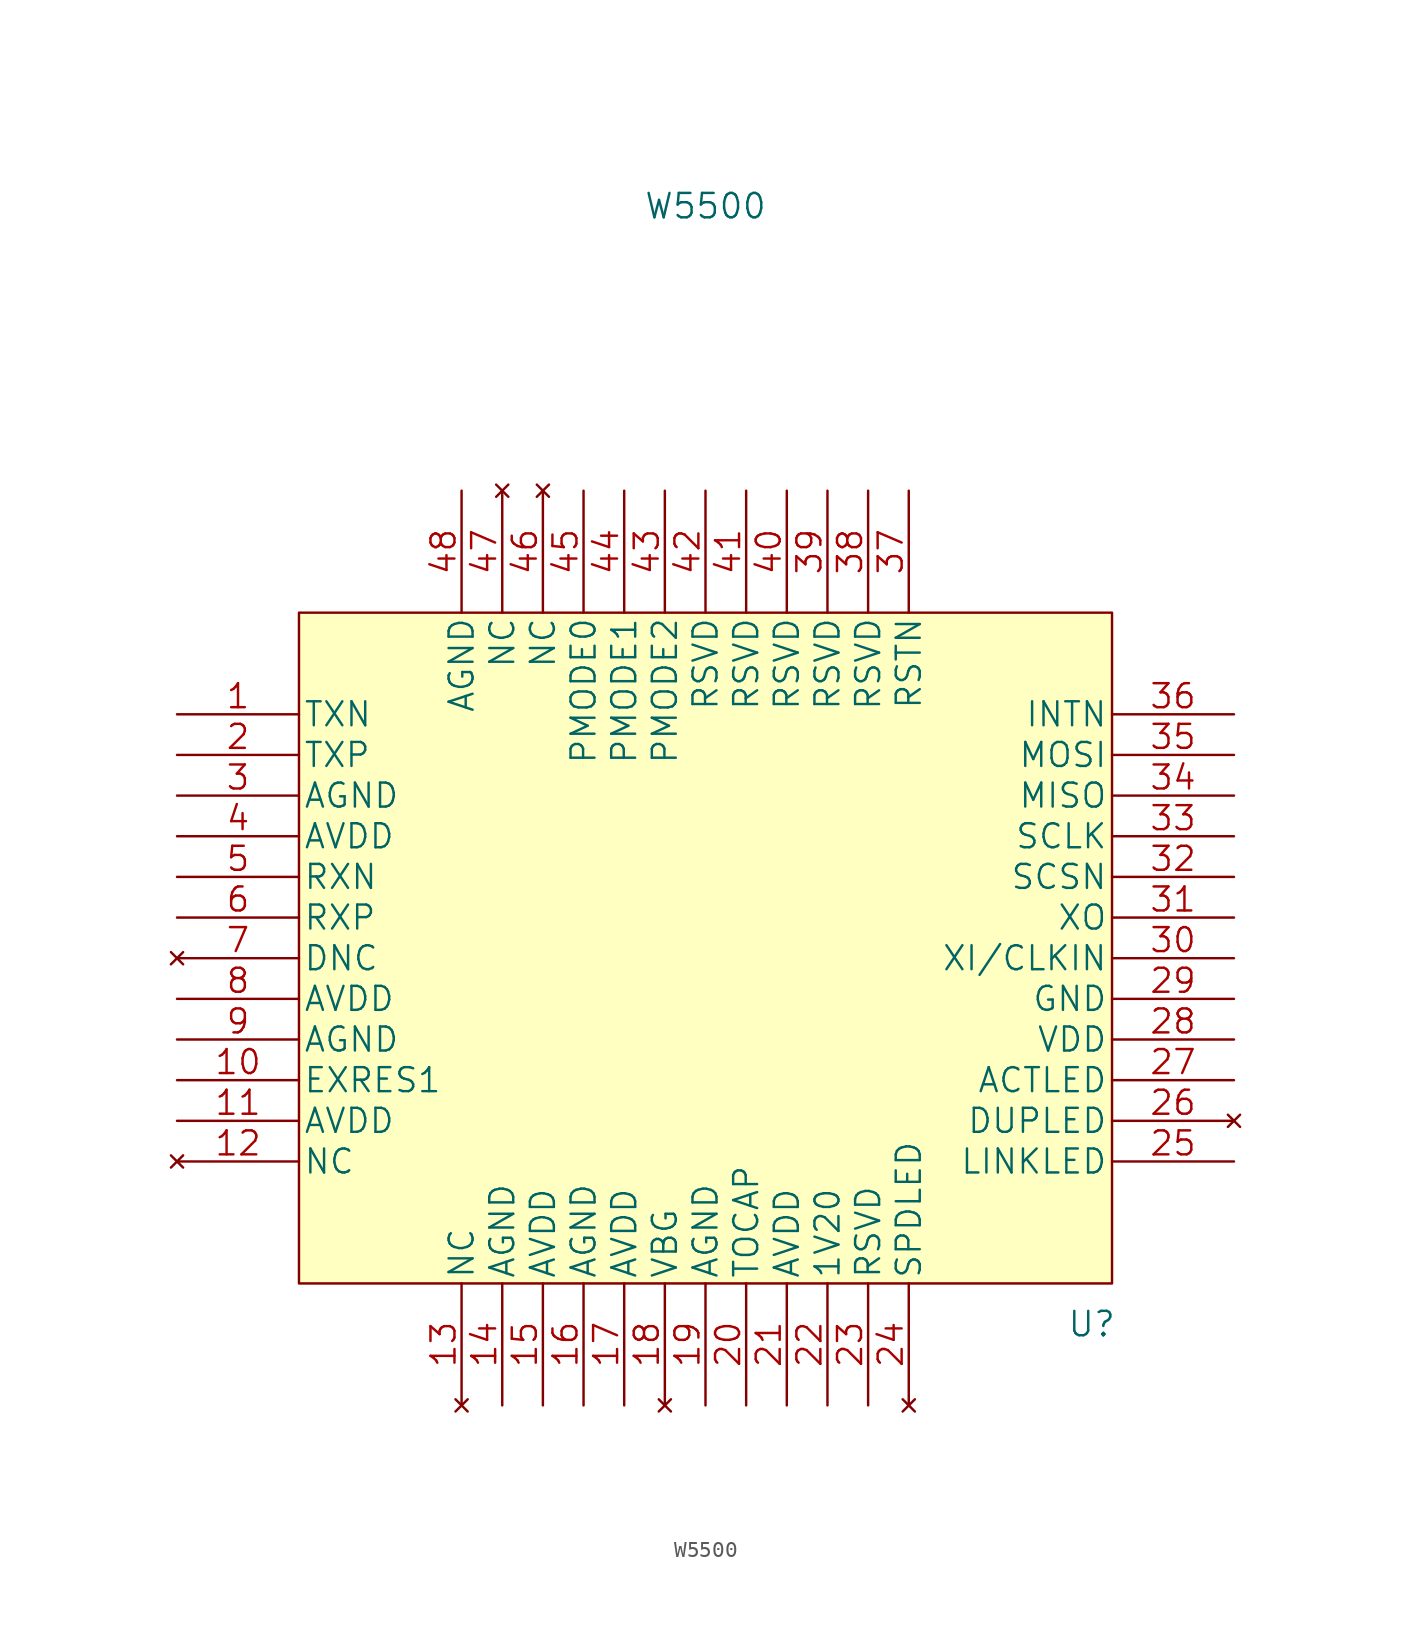
<source format=kicad_sym>
(kicad_symbol_lib
  (version 20211014)
  (generator kicad_symbol_editor)
  (symbol "W5500"
    (pin_names
      (offset 0.254))
    (property "Reference" "U"
      (at 22.86 -26.67 0)
      (effects (font (size 1.524 1.524))))
    (property "Value" "W5500"
      (at -1.27 43.18 0)
      (effects (font (size 1.524 1.524))))
    (property "Datasheet" ""
      (at 24.13 -17.78 0)
      (effects (font (size 1.524 1.524))))
    (property "ki_locked" ""
      (at 0 0 0)
      (effects (font (size 1.27 1.27))))
    (symbol "W5500_1_1"
      (rectangle (start -26.67 17.78) (end 24.13 -24.13) (stroke (width 0) (type default) (color 0 0 0 0)) (fill (type background)))
      (pin unspecified line (at -34.29 11.43 0) (length 7.62) (name "TXN" (effects (font (size 1.499 1.499)))) (number "1" (effects (font (size 1.499 1.499)))))
      (pin unspecified line (at -34.29 -11.43 0) (length 7.62) (name "EXRES1" (effects (font (size 1.499 1.499)))) (number "10" (effects (font (size 1.499 1.499)))))
      (pin power_in line (at -34.29 -13.97 0) (length 7.62) (name "AVDD" (effects (font (size 1.499 1.499)))) (number "11" (effects (font (size 1.499 1.499)))))
      (pin no_connect line (at -34.29 -16.51 0) (length 7.62) (name "NC" (effects (font (size 1.499 1.499)))) (number "12" (effects (font (size 1.499 1.499)))))
      (pin no_connect line (at -16.51 -31.75 90) (length 7.62) (name "NC" (effects (font (size 1.499 1.499)))) (number "13" (effects (font (size 1.499 1.499)))))
      (pin power_in line (at -13.97 -31.75 90) (length 7.62) (name "AGND" (effects (font (size 1.499 1.499)))) (number "14" (effects (font (size 1.499 1.499)))))
      (pin power_in line (at -11.43 -31.75 90) (length 7.62) (name "AVDD" (effects (font (size 1.499 1.499)))) (number "15" (effects (font (size 1.499 1.499)))))
      (pin power_in line (at -8.89 -31.75 90) (length 7.62) (name "AGND" (effects (font (size 1.499 1.499)))) (number "16" (effects (font (size 1.499 1.499)))))
      (pin power_in line (at -6.35 -31.75 90) (length 7.62) (name "AVDD" (effects (font (size 1.499 1.499)))) (number "17" (effects (font (size 1.499 1.499)))))
      (pin no_connect line (at -3.81 -31.75 90) (length 7.62) (name "VBG" (effects (font (size 1.499 1.499)))) (number "18" (effects (font (size 1.499 1.499)))))
      (pin power_in line (at -1.27 -31.75 90) (length 7.62) (name "AGND" (effects (font (size 1.499 1.499)))) (number "19" (effects (font (size 1.499 1.499)))))
      (pin unspecified line (at -34.29 8.89 0) (length 7.62) (name "TXP" (effects (font (size 1.499 1.499)))) (number "2" (effects (font (size 1.499 1.499)))))
      (pin unspecified line (at 1.27 -31.75 90) (length 7.62) (name "TOCAP" (effects (font (size 1.499 1.499)))) (number "20" (effects (font (size 1.499 1.499)))))
      (pin power_in line (at 3.81 -31.75 90) (length 7.62) (name "AVDD" (effects (font (size 1.499 1.499)))) (number "21" (effects (font (size 1.499 1.499)))))
      (pin unspecified line (at 6.35 -31.75 90) (length 7.62) (name "1V20" (effects (font (size 1.499 1.499)))) (number "22" (effects (font (size 1.499 1.499)))))
      (pin input line (at 8.89 -31.75 90) (length 7.62) (name "RSVD" (effects (font (size 1.499 1.499)))) (number "23" (effects (font (size 1.499 1.499)))))
      (pin no_connect line (at 11.43 -31.75 90) (length 7.62) (name "SPDLED" (effects (font (size 1.499 1.499)))) (number "24" (effects (font (size 1.499 1.499)))))
      (pin unspecified line (at 31.75 -16.51 180) (length 7.62) (name "LINKLED" (effects (font (size 1.499 1.499)))) (number "25" (effects (font (size 1.499 1.499)))))
      (pin no_connect line (at 31.75 -13.97 180) (length 7.62) (name "DUPLED" (effects (font (size 1.499 1.499)))) (number "26" (effects (font (size 1.499 1.499)))))
      (pin unspecified line (at 31.75 -11.43 180) (length 7.62) (name "ACTLED" (effects (font (size 1.499 1.499)))) (number "27" (effects (font (size 1.499 1.499)))))
      (pin power_in line (at 31.75 -8.89 180) (length 7.62) (name "VDD" (effects (font (size 1.499 1.499)))) (number "28" (effects (font (size 1.499 1.499)))))
      (pin power_in line (at 31.75 -6.35 180) (length 7.62) (name "GND" (effects (font (size 1.499 1.499)))) (number "29" (effects (font (size 1.499 1.499)))))
      (pin power_in line (at -34.29 6.35 0) (length 7.62) (name "AGND" (effects (font (size 1.499 1.499)))) (number "3" (effects (font (size 1.499 1.499)))))
      (pin unspecified line (at 31.75 -3.81 180) (length 7.62) (name "XI/CLKIN" (effects (font (size 1.499 1.499)))) (number "30" (effects (font (size 1.499 1.499)))))
      (pin unspecified line (at 31.75 -1.27 180) (length 7.62) (name "XO" (effects (font (size 1.499 1.499)))) (number "31" (effects (font (size 1.499 1.499)))))
      (pin unspecified line (at 31.75 1.27 180) (length 7.62) (name "SCSN" (effects (font (size 1.499 1.499)))) (number "32" (effects (font (size 1.499 1.499)))))
      (pin unspecified line (at 31.75 3.81 180) (length 7.62) (name "SCLK" (effects (font (size 1.499 1.499)))) (number "33" (effects (font (size 1.499 1.499)))))
      (pin unspecified line (at 31.75 6.35 180) (length 7.62) (name "MISO" (effects (font (size 1.499 1.499)))) (number "34" (effects (font (size 1.499 1.499)))))
      (pin unspecified line (at 31.75 8.89 180) (length 7.62) (name "MOSI" (effects (font (size 1.499 1.499)))) (number "35" (effects (font (size 1.499 1.499)))))
      (pin unspecified line (at 31.75 11.43 180) (length 7.62) (name "INTN" (effects (font (size 1.499 1.499)))) (number "36" (effects (font (size 1.499 1.499)))))
      (pin unspecified line (at 11.43 25.4 270) (length 7.62) (name "RSTN" (effects (font (size 1.499 1.499)))) (number "37" (effects (font (size 1.499 1.499)))))
      (pin input line (at 8.89 25.4 270) (length 7.62) (name "RSVD" (effects (font (size 1.499 1.499)))) (number "38" (effects (font (size 1.499 1.499)))))
      (pin input line (at 6.35 25.4 270) (length 7.62) (name "RSVD" (effects (font (size 1.499 1.499)))) (number "39" (effects (font (size 1.499 1.499)))))
      (pin power_in line (at -34.29 3.81 0) (length 7.62) (name "AVDD" (effects (font (size 1.499 1.499)))) (number "4" (effects (font (size 1.499 1.499)))))
      (pin input line (at 3.81 25.4 270) (length 7.62) (name "RSVD" (effects (font (size 1.499 1.499)))) (number "40" (effects (font (size 1.499 1.499)))))
      (pin input line (at 1.27 25.4 270) (length 7.62) (name "RSVD" (effects (font (size 1.499 1.499)))) (number "41" (effects (font (size 1.499 1.499)))))
      (pin input line (at -1.27 25.4 270) (length 7.62) (name "RSVD" (effects (font (size 1.499 1.499)))) (number "42" (effects (font (size 1.499 1.499)))))
      (pin bidirectional line (at -3.81 25.4 270) (length 7.62) (name "PMODE2" (effects (font (size 1.499 1.499)))) (number "43" (effects (font (size 1.499 1.499)))))
      (pin bidirectional line (at -6.35 25.4 270) (length 7.62) (name "PMODE1" (effects (font (size 1.499 1.499)))) (number "44" (effects (font (size 1.499 1.499)))))
      (pin bidirectional line (at -8.89 25.4 270) (length 7.62) (name "PMODE0" (effects (font (size 1.499 1.499)))) (number "45" (effects (font (size 1.499 1.499)))))
      (pin no_connect line (at -11.43 25.4 270) (length 7.62) (name "NC" (effects (font (size 1.499 1.499)))) (number "46" (effects (font (size 1.499 1.499)))))
      (pin no_connect line (at -13.97 25.4 270) (length 7.62) (name "NC" (effects (font (size 1.499 1.499)))) (number "47" (effects (font (size 1.499 1.499)))))
      (pin power_in line (at -16.51 25.4 270) (length 7.62) (name "AGND" (effects (font (size 1.499 1.499)))) (number "48" (effects (font (size 1.499 1.499)))))
      (pin unspecified line (at -34.29 1.27 0) (length 7.62) (name "RXN" (effects (font (size 1.499 1.499)))) (number "5" (effects (font (size 1.499 1.499)))))
      (pin unspecified line (at -34.29 -1.27 0) (length 7.62) (name "RXP" (effects (font (size 1.499 1.499)))) (number "6" (effects (font (size 1.499 1.499)))))
      (pin no_connect line (at -34.29 -3.81 0) (length 7.62) (name "DNC" (effects (font (size 1.499 1.499)))) (number "7" (effects (font (size 1.499 1.499)))))
      (pin power_in line (at -34.29 -6.35 0) (length 7.62) (name "AVDD" (effects (font (size 1.499 1.499)))) (number "8" (effects (font (size 1.499 1.499)))))
      (pin power_in line (at -34.29 -8.89 0) (length 7.62) (name "AGND" (effects (font (size 1.499 1.499)))) (number "9" (effects (font (size 1.499 1.499))))))))
</source>
